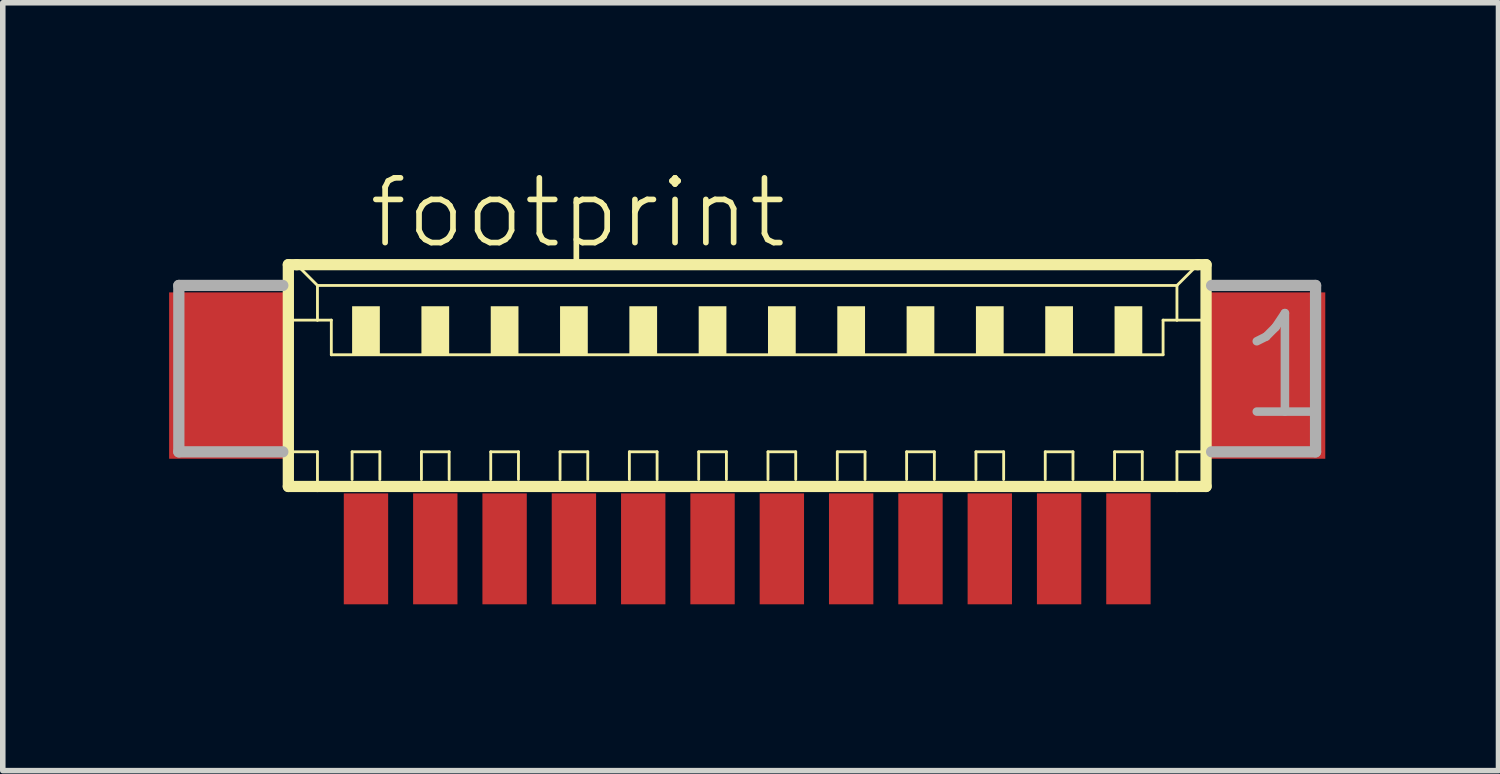
<source format=kicad_pcb>
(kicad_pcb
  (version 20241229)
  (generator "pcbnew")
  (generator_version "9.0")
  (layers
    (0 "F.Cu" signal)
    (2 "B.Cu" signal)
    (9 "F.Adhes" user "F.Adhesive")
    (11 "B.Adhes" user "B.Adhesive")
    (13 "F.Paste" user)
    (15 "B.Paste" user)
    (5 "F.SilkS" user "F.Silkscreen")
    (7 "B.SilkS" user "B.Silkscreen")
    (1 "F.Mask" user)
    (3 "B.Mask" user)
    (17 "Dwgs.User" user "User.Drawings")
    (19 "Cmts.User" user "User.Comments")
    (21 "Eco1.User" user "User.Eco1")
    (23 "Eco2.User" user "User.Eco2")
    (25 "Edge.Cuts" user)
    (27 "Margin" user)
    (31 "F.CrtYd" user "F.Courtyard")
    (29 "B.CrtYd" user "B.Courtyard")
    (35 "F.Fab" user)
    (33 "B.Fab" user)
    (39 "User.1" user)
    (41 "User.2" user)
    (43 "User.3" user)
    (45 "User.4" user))
  (footprint "footprint"
    (layer "F.Cu")
    (at 10.425 4.348)
    (property "Reference" "footprint" (at -6.875 -2.875 0) (layer "F.SilkS") (effects (font (size 1.168 1.168) (thickness 0.102)) (justify left bottom)))
    (fp_line (start -8.275 -2.625) (end -8.275 1.375) (stroke (width 0.203) (type solid)) (layer "F.SilkS"))
    (fp_line (start -8.275 1.375) (end -7.75 1.375) (stroke (width 0.203) (type solid)) (layer "F.SilkS"))
    (fp_line (start -8.25 -1.625) (end -7.75 -1.625) (stroke (width 0.051) (type solid)) (layer "F.SilkS"))
    (fp_line (start -8.25 0.75) (end -7.75 0.75) (stroke (width 0.051) (type solid)) (layer "F.SilkS"))
    (fp_line (start -8.125 -2.625) (end -8.275 -2.625) (stroke (width 0.203) (type solid)) (layer "F.SilkS"))
    (fp_line (start -7.75 -2.25) (end -8.125 -2.625) (stroke (width 0.051) (type solid)) (layer "F.SilkS"))
    (fp_line (start -7.75 -2.25) (end 7.75 -2.25) (stroke (width 0.051) (type solid)) (layer "F.SilkS"))
    (fp_line (start -7.75 -1.625) (end -7.75 -2.25) (stroke (width 0.051) (type solid)) (layer "F.SilkS"))
    (fp_line (start -7.75 -1.625) (end -7.5 -1.625) (stroke (width 0.051) (type solid)) (layer "F.SilkS"))
    (fp_line (start -7.75 0.75) (end -7.75 1.375) (stroke (width 0.051) (type solid)) (layer "F.SilkS"))
    (fp_line (start -7.75 1.375) (end 7.75 1.375) (stroke (width 0.203) (type solid)) (layer "F.SilkS"))
    (fp_line (start -7.5 -1.625) (end -7.5 -1) (stroke (width 0.051) (type solid)) (layer "F.SilkS"))
    (fp_line (start -7.5 -1) (end 7.5 -1) (stroke (width 0.051) (type solid)) (layer "F.SilkS"))
    (fp_line (start -7.125 0.75) (end -6.625 0.75) (stroke (width 0.051) (type solid)) (layer "F.SilkS"))
    (fp_line (start -7.125 1.25) (end -7.125 0.75) (stroke (width 0.051) (type solid)) (layer "F.SilkS"))
    (fp_line (start -6.625 0.75) (end -6.625 1.25) (stroke (width 0.051) (type solid)) (layer "F.SilkS"))
    (fp_line (start -5.875 0.75) (end -5.375 0.75) (stroke (width 0.051) (type solid)) (layer "F.SilkS"))
    (fp_line (start -5.875 1.25) (end -5.875 0.75) (stroke (width 0.051) (type solid)) (layer "F.SilkS"))
    (fp_line (start -5.375 0.75) (end -5.375 1.25) (stroke (width 0.051) (type solid)) (layer "F.SilkS"))
    (fp_line (start -4.625 0.75) (end -4.125 0.75) (stroke (width 0.051) (type solid)) (layer "F.SilkS"))
    (fp_line (start -4.625 1.25) (end -4.625 0.75) (stroke (width 0.051) (type solid)) (layer "F.SilkS"))
    (fp_line (start -4.125 0.75) (end -4.125 1.25) (stroke (width 0.051) (type solid)) (layer "F.SilkS"))
    (fp_line (start -3.375 0.75) (end -2.875 0.75) (stroke (width 0.051) (type solid)) (layer "F.SilkS"))
    (fp_line (start -3.375 1.25) (end -3.375 0.75) (stroke (width 0.051) (type solid)) (layer "F.SilkS"))
    (fp_line (start -2.875 0.75) (end -2.875 1.25) (stroke (width 0.051) (type solid)) (layer "F.SilkS"))
    (fp_line (start -2.125 0.75) (end -1.625 0.75) (stroke (width 0.051) (type solid)) (layer "F.SilkS"))
    (fp_line (start -2.125 1.25) (end -2.125 0.75) (stroke (width 0.051) (type solid)) (layer "F.SilkS"))
    (fp_line (start -1.625 0.75) (end -1.625 1.25) (stroke (width 0.051) (type solid)) (layer "F.SilkS"))
    (fp_line (start -0.875 0.75) (end -0.375 0.75) (stroke (width 0.051) (type solid)) (layer "F.SilkS"))
    (fp_line (start -0.875 1.25) (end -0.875 0.75) (stroke (width 0.051) (type solid)) (layer "F.SilkS"))
    (fp_line (start -0.375 0.75) (end -0.375 1.25) (stroke (width 0.051) (type solid)) (layer "F.SilkS"))
    (fp_line (start 0.375 0.75) (end 0.875 0.75) (stroke (width 0.051) (type solid)) (layer "F.SilkS"))
    (fp_line (start 0.375 1.25) (end 0.375 0.75) (stroke (width 0.051) (type solid)) (layer "F.SilkS"))
    (fp_line (start 0.875 0.75) (end 0.875 1.25) (stroke (width 0.051) (type solid)) (layer "F.SilkS"))
    (fp_line (start 1.625 0.75) (end 2.125 0.75) (stroke (width 0.051) (type solid)) (layer "F.SilkS"))
    (fp_line (start 1.625 1.25) (end 1.625 0.75) (stroke (width 0.051) (type solid)) (layer "F.SilkS"))
    (fp_line (start 2.125 0.75) (end 2.125 1.25) (stroke (width 0.051) (type solid)) (layer "F.SilkS"))
    (fp_line (start 2.875 0.75) (end 3.375 0.75) (stroke (width 0.051) (type solid)) (layer "F.SilkS"))
    (fp_line (start 2.875 1.25) (end 2.875 0.75) (stroke (width 0.051) (type solid)) (layer "F.SilkS"))
    (fp_line (start 3.375 0.75) (end 3.375 1.25) (stroke (width 0.051) (type solid)) (layer "F.SilkS"))
    (fp_line (start 4.125 0.75) (end 4.625 0.75) (stroke (width 0.051) (type solid)) (layer "F.SilkS"))
    (fp_line (start 4.125 1.25) (end 4.125 0.75) (stroke (width 0.051) (type solid)) (layer "F.SilkS"))
    (fp_line (start 4.625 0.75) (end 4.625 1.25) (stroke (width 0.051) (type solid)) (layer "F.SilkS"))
    (fp_line (start 5.375 0.75) (end 5.875 0.75) (stroke (width 0.051) (type solid)) (layer "F.SilkS"))
    (fp_line (start 5.375 1.25) (end 5.375 0.75) (stroke (width 0.051) (type solid)) (layer "F.SilkS"))
    (fp_line (start 5.875 0.75) (end 5.875 1.25) (stroke (width 0.051) (type solid)) (layer "F.SilkS"))
    (fp_line (start 6.625 0.75) (end 7.125 0.75) (stroke (width 0.051) (type solid)) (layer "F.SilkS"))
    (fp_line (start 6.625 1.25) (end 6.625 0.75) (stroke (width 0.051) (type solid)) (layer "F.SilkS"))
    (fp_line (start 7.125 0.75) (end 7.125 1.25) (stroke (width 0.051) (type solid)) (layer "F.SilkS"))
    (fp_line (start 7.5 -1.625) (end 7.5 -1) (stroke (width 0.051) (type solid)) (layer "F.SilkS"))
    (fp_line (start 7.5 -1.625) (end 7.75 -1.625) (stroke (width 0.051) (type solid)) (layer "F.SilkS"))
    (fp_line (start 7.75 -2.25) (end 7.75 -1.625) (stroke (width 0.051) (type solid)) (layer "F.SilkS"))
    (fp_line (start 7.75 -2.25) (end 8.125 -2.625) (stroke (width 0.051) (type solid)) (layer "F.SilkS"))
    (fp_line (start 7.75 -1.625) (end 8.25 -1.625) (stroke (width 0.051) (type solid)) (layer "F.SilkS"))
    (fp_line (start 7.75 0.75) (end 7.75 1.375) (stroke (width 0.051) (type solid)) (layer "F.SilkS"))
    (fp_line (start 7.75 0.75) (end 8.25 0.75) (stroke (width 0.051) (type solid)) (layer "F.SilkS"))
    (fp_line (start 7.75 1.375) (end 8.275 1.375) (stroke (width 0.203) (type solid)) (layer "F.SilkS"))
    (fp_line (start 8.125 -2.625) (end -8.125 -2.625) (stroke (width 0.203) (type solid)) (layer "F.SilkS"))
    (fp_line (start 8.275 -2.625) (end 8.125 -2.625) (stroke (width 0.203) (type solid)) (layer "F.SilkS"))
    (fp_line (start 8.275 1.375) (end 8.275 -2.625) (stroke (width 0.203) (type solid)) (layer "F.SilkS"))
    (fp_poly (pts (xy -7.125 -1) (xy -6.625 -1) (xy -6.625 -1.875) (xy -7.125 -1.875)) (stroke (width 0) (type solid)) (fill yes) (layer "F.SilkS"))
    (fp_poly (pts (xy -5.875 -1) (xy -5.375 -1) (xy -5.375 -1.875) (xy -5.875 -1.875)) (stroke (width 0) (type solid)) (fill yes) (layer "F.SilkS"))
    (fp_poly (pts (xy -4.625 -1) (xy -4.125 -1) (xy -4.125 -1.875) (xy -4.625 -1.875)) (stroke (width 0) (type solid)) (fill yes) (layer "F.SilkS"))
    (fp_poly (pts (xy -3.375 -1) (xy -2.875 -1) (xy -2.875 -1.875) (xy -3.375 -1.875)) (stroke (width 0) (type solid)) (fill yes) (layer "F.SilkS"))
    (fp_poly (pts (xy -2.125 -1) (xy -1.625 -1) (xy -1.625 -1.875) (xy -2.125 -1.875)) (stroke (width 0) (type solid)) (fill yes) (layer "F.SilkS"))
    (fp_poly (pts (xy -0.875 -1) (xy -0.375 -1) (xy -0.375 -1.875) (xy -0.875 -1.875)) (stroke (width 0) (type solid)) (fill yes) (layer "F.SilkS"))
    (fp_poly (pts (xy 0.375 -1) (xy 0.875 -1) (xy 0.875 -1.875) (xy 0.375 -1.875)) (stroke (width 0) (type solid)) (fill yes) (layer "F.SilkS"))
    (fp_poly (pts (xy 1.625 -1) (xy 2.125 -1) (xy 2.125 -1.875) (xy 1.625 -1.875)) (stroke (width 0) (type solid)) (fill yes) (layer "F.SilkS"))
    (fp_poly (pts (xy 2.875 -1) (xy 3.375 -1) (xy 3.375 -1.875) (xy 2.875 -1.875)) (stroke (width 0) (type solid)) (fill yes) (layer "F.SilkS"))
    (fp_poly (pts (xy 4.125 -1) (xy 4.625 -1) (xy 4.625 -1.875) (xy 4.125 -1.875)) (stroke (width 0) (type solid)) (fill yes) (layer "F.SilkS"))
    (fp_poly (pts (xy 5.375 -1) (xy 5.875 -1) (xy 5.875 -1.875) (xy 5.375 -1.875)) (stroke (width 0) (type solid)) (fill yes) (layer "F.SilkS"))
    (fp_poly (pts (xy 6.625 -1) (xy 7.125 -1) (xy 7.125 -1.875) (xy 6.625 -1.875)) (stroke (width 0) (type solid)) (fill yes) (layer "F.SilkS"))
    (fp_line (start -10.25 -2.25) (end -10.25 0.75) (stroke (width 0.203) (type solid)) (layer "F.Fab"))
    (fp_line (start -10.25 0.75) (end -8.375 0.75) (stroke (width 0.203) (type solid)) (layer "F.Fab"))
    (fp_line (start -8.375 -2.25) (end -10.25 -2.25) (stroke (width 0.203) (type solid)) (layer "F.Fab"))
    (fp_line (start 8.375 0.75) (end 10.25 0.75) (stroke (width 0.203) (type solid)) (layer "F.Fab"))
    (fp_line (start 10.25 -2.25) (end 8.375 -2.25) (stroke (width 0.203) (type solid)) (layer "F.Fab"))
    (fp_line (start 10.25 0.75) (end 10.25 -2.25) (stroke (width 0.203) (type solid)) (layer "F.Fab"))
    (fp_text user "1" (at 8.75 0.25 0) (layer "F.Fab") (effects (font (size 1.776 1.776) (thickness 0.154)) (justify left bottom)))
    (pad "1" smd rect (at 6.875 2.5) (size 0.8 2) (layers "F.Cu" "F.Mask" "F.Paste"))
    (pad "2" smd rect (at 5.625 2.5) (size 0.8 2) (layers "F.Cu" "F.Mask" "F.Paste"))
    (pad "3" smd rect (at 4.375 2.5) (size 0.8 2) (layers "F.Cu" "F.Mask" "F.Paste"))
    (pad "4" smd rect (at 3.125 2.5) (size 0.8 2) (layers "F.Cu" "F.Mask" "F.Paste"))
    (pad "5" smd rect (at 1.875 2.5) (size 0.8 2) (layers "F.Cu" "F.Mask" "F.Paste"))
    (pad "6" smd rect (at 0.625 2.5) (size 0.8 2) (layers "F.Cu" "F.Mask" "F.Paste"))
    (pad "7" smd rect (at -0.625 2.5) (size 0.8 2) (layers "F.Cu" "F.Mask" "F.Paste"))
    (pad "8" smd rect (at -1.875 2.5) (size 0.8 2) (layers "F.Cu" "F.Mask" "F.Paste"))
    (pad "9" smd rect (at -3.125 2.5) (size 0.8 2) (layers "F.Cu" "F.Mask" "F.Paste"))
    (pad "10" smd rect (at -4.375 2.5) (size 0.8 2) (layers "F.Cu" "F.Mask" "F.Paste"))
    (pad "11" smd rect (at -5.625 2.5) (size 0.8 2) (layers "F.Cu" "F.Mask" "F.Paste"))
    (pad "12" smd rect (at -6.875 2.5) (size 0.8 2) (layers "F.Cu" "F.Mask" "F.Paste"))
    (pad "S1" smd rect (at 9.375 -0.625) (size 2.1 3) (layers "F.Cu" "F.Mask" "F.Paste"))
    (pad "S2" smd rect (at -9.375 -0.625) (size 2.1 3) (layers "F.Cu" "F.Mask" "F.Paste")))
  (gr_rect
    (start -3 -3)
    (end 23.974 10.848)
    (stroke (width 0.1) (type default))
    (fill no)
    (layer "Edge.Cuts")))
</source>
